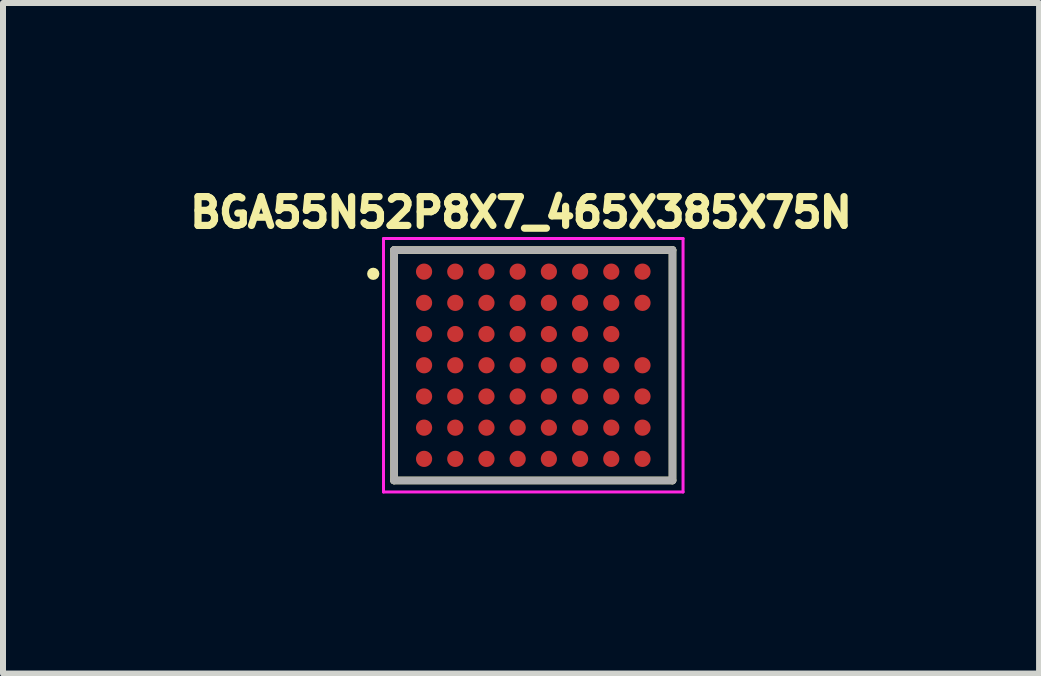
<source format=kicad_pcb>
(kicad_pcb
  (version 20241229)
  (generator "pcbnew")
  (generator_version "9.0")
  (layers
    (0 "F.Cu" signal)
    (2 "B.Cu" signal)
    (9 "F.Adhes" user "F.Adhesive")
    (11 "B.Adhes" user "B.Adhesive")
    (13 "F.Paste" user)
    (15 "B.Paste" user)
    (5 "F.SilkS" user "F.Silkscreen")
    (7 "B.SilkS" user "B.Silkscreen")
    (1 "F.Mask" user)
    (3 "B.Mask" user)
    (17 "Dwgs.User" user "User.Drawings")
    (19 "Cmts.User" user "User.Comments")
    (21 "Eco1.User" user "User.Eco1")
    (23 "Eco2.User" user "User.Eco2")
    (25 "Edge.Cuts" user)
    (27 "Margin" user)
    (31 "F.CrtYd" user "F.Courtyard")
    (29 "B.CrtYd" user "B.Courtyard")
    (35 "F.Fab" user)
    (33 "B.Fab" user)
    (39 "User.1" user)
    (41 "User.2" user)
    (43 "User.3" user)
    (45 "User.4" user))
  (footprint "BGA55N52P8X7_465X385X75N"
    (layer "F.Cu")
    (at 5.837 3.037)
    (property "Reference" "BGA55N52P8X7_465X385X75N" (at -0.204 -2.546 0) (layer "F.SilkS") (effects (font (size 0.48 0.48) (thickness 0.15))))
    (attr smd)
    (fp_line (start -2.32 -1.92) (end 2.32 -1.92) (stroke (width 0.127) (type solid)) (layer "F.SilkS"))
    (fp_line (start -2.32 1.92) (end -2.32 -1.92) (stroke (width 0.127) (type solid)) (layer "F.SilkS"))
    (fp_line (start 2.32 -1.92) (end 2.32 1.92) (stroke (width 0.127) (type solid)) (layer "F.SilkS"))
    (fp_line (start 2.32 1.92) (end -2.32 1.92) (stroke (width 0.127) (type solid)) (layer "F.SilkS"))
    (fp_circle (center -2.667 -1.524) (end -2.616 -1.524) (stroke (width 0.102) (type solid)) (fill no) (layer "F.SilkS"))
    (fp_line (start -2.496 -2.112) (end 2.496 -2.112) (stroke (width 0.05) (type solid)) (layer "F.CrtYd"))
    (fp_line (start -2.496 2.112) (end -2.496 -2.112) (stroke (width 0.05) (type solid)) (layer "F.CrtYd"))
    (fp_line (start 2.496 -2.112) (end 2.496 2.112) (stroke (width 0.05) (type solid)) (layer "F.CrtYd"))
    (fp_line (start 2.496 2.112) (end -2.496 2.112) (stroke (width 0.05) (type solid)) (layer "F.CrtYd"))
    (fp_line (start -2.32 -1.92) (end 2.32 -1.92) (stroke (width 0.127) (type solid)) (layer "F.Fab"))
    (fp_line (start -2.32 1.92) (end -2.32 -1.92) (stroke (width 0.127) (type solid)) (layer "F.Fab"))
    (fp_line (start 2.32 -1.92) (end 2.32 1.92) (stroke (width 0.127) (type solid)) (layer "F.Fab"))
    (fp_line (start 2.32 1.92) (end -2.32 1.92) (stroke (width 0.127) (type solid)) (layer "F.Fab"))
    (pad "A1" smd circle (at -1.82 -1.56) (size 0.27 0.27) (layers "F.Cu" "F.Mask" "F.Paste"))
    (pad "A2" smd circle (at -1.3 -1.56) (size 0.27 0.27) (layers "F.Cu" "F.Mask" "F.Paste"))
    (pad "A3" smd circle (at -0.78 -1.56) (size 0.27 0.27) (layers "F.Cu" "F.Mask" "F.Paste"))
    (pad "A4" smd circle (at -0.26 -1.56) (size 0.27 0.27) (layers "F.Cu" "F.Mask" "F.Paste"))
    (pad "A5" smd circle (at 0.26 -1.56) (size 0.27 0.27) (layers "F.Cu" "F.Mask" "F.Paste"))
    (pad "A6" smd circle (at 0.78 -1.56) (size 0.27 0.27) (layers "F.Cu" "F.Mask" "F.Paste"))
    (pad "A7" smd circle (at 1.3 -1.56) (size 0.27 0.27) (layers "F.Cu" "F.Mask" "F.Paste"))
    (pad "A8" smd circle (at 1.82 -1.56) (size 0.27 0.27) (layers "F.Cu" "F.Mask" "F.Paste"))
    (pad "B1" smd circle (at -1.82 -1.04) (size 0.27 0.27) (layers "F.Cu" "F.Mask" "F.Paste"))
    (pad "B2" smd circle (at -1.3 -1.04) (size 0.27 0.27) (layers "F.Cu" "F.Mask" "F.Paste"))
    (pad "B3" smd circle (at -0.78 -1.04) (size 0.27 0.27) (layers "F.Cu" "F.Mask" "F.Paste"))
    (pad "B4" smd circle (at -0.26 -1.04) (size 0.27 0.27) (layers "F.Cu" "F.Mask" "F.Paste"))
    (pad "B5" smd circle (at 0.26 -1.04) (size 0.27 0.27) (layers "F.Cu" "F.Mask" "F.Paste"))
    (pad "B6" smd circle (at 0.78 -1.04) (size 0.27 0.27) (layers "F.Cu" "F.Mask" "F.Paste"))
    (pad "B7" smd circle (at 1.3 -1.04) (size 0.27 0.27) (layers "F.Cu" "F.Mask" "F.Paste"))
    (pad "B8" smd circle (at 1.82 -1.04) (size 0.27 0.27) (layers "F.Cu" "F.Mask" "F.Paste"))
    (pad "C1" smd circle (at -1.82 -0.52) (size 0.27 0.27) (layers "F.Cu" "F.Mask" "F.Paste"))
    (pad "C2" smd circle (at -1.3 -0.52) (size 0.27 0.27) (layers "F.Cu" "F.Mask" "F.Paste"))
    (pad "C3" smd circle (at -0.78 -0.52) (size 0.27 0.27) (layers "F.Cu" "F.Mask" "F.Paste"))
    (pad "C4" smd circle (at -0.26 -0.52) (size 0.27 0.27) (layers "F.Cu" "F.Mask" "F.Paste"))
    (pad "C5" smd circle (at 0.26 -0.52) (size 0.27 0.27) (layers "F.Cu" "F.Mask" "F.Paste"))
    (pad "C6" smd circle (at 0.78 -0.52) (size 0.27 0.27) (layers "F.Cu" "F.Mask" "F.Paste"))
    (pad "C7" smd circle (at 1.3 -0.52) (size 0.27 0.27) (layers "F.Cu" "F.Mask" "F.Paste"))
    (pad "D1" smd circle (at -1.82 0) (size 0.27 0.27) (layers "F.Cu" "F.Mask" "F.Paste"))
    (pad "D2" smd circle (at -1.3 0) (size 0.27 0.27) (layers "F.Cu" "F.Mask" "F.Paste"))
    (pad "D3" smd circle (at -0.78 0) (size 0.27 0.27) (layers "F.Cu" "F.Mask" "F.Paste"))
    (pad "D4" smd circle (at -0.26 0) (size 0.27 0.27) (layers "F.Cu" "F.Mask" "F.Paste"))
    (pad "D5" smd circle (at 0.26 0) (size 0.27 0.27) (layers "F.Cu" "F.Mask" "F.Paste"))
    (pad "D6" smd circle (at 0.78 0) (size 0.27 0.27) (layers "F.Cu" "F.Mask" "F.Paste"))
    (pad "D7" smd circle (at 1.3 0) (size 0.27 0.27) (layers "F.Cu" "F.Mask" "F.Paste"))
    (pad "D8" smd circle (at 1.82 0) (size 0.27 0.27) (layers "F.Cu" "F.Mask" "F.Paste"))
    (pad "E1" smd circle (at -1.82 0.52) (size 0.27 0.27) (layers "F.Cu" "F.Mask" "F.Paste"))
    (pad "E2" smd circle (at -1.3 0.52) (size 0.27 0.27) (layers "F.Cu" "F.Mask" "F.Paste"))
    (pad "E3" smd circle (at -0.78 0.52) (size 0.27 0.27) (layers "F.Cu" "F.Mask" "F.Paste"))
    (pad "E4" smd circle (at -0.26 0.52) (size 0.27 0.27) (layers "F.Cu" "F.Mask" "F.Paste"))
    (pad "E5" smd circle (at 0.26 0.52) (size 0.27 0.27) (layers "F.Cu" "F.Mask" "F.Paste"))
    (pad "E6" smd circle (at 0.78 0.52) (size 0.27 0.27) (layers "F.Cu" "F.Mask" "F.Paste"))
    (pad "E7" smd circle (at 1.3 0.52) (size 0.27 0.27) (layers "F.Cu" "F.Mask" "F.Paste"))
    (pad "E8" smd circle (at 1.82 0.52) (size 0.27 0.27) (layers "F.Cu" "F.Mask" "F.Paste"))
    (pad "F1" smd circle (at -1.82 1.04) (size 0.27 0.27) (layers "F.Cu" "F.Mask" "F.Paste"))
    (pad "F2" smd circle (at -1.3 1.04) (size 0.27 0.27) (layers "F.Cu" "F.Mask" "F.Paste"))
    (pad "F3" smd circle (at -0.78 1.04) (size 0.27 0.27) (layers "F.Cu" "F.Mask" "F.Paste"))
    (pad "F4" smd circle (at -0.26 1.04) (size 0.27 0.27) (layers "F.Cu" "F.Mask" "F.Paste"))
    (pad "F5" smd circle (at 0.26 1.04) (size 0.27 0.27) (layers "F.Cu" "F.Mask" "F.Paste"))
    (pad "F6" smd circle (at 0.78 1.04) (size 0.27 0.27) (layers "F.Cu" "F.Mask" "F.Paste"))
    (pad "F7" smd circle (at 1.3 1.04) (size 0.27 0.27) (layers "F.Cu" "F.Mask" "F.Paste"))
    (pad "F8" smd circle (at 1.82 1.04) (size 0.27 0.27) (layers "F.Cu" "F.Mask" "F.Paste"))
    (pad "G1" smd circle (at -1.82 1.56) (size 0.27 0.27) (layers "F.Cu" "F.Mask" "F.Paste"))
    (pad "G2" smd circle (at -1.3 1.56) (size 0.27 0.27) (layers "F.Cu" "F.Mask" "F.Paste"))
    (pad "G3" smd circle (at -0.78 1.56) (size 0.27 0.27) (layers "F.Cu" "F.Mask" "F.Paste"))
    (pad "G4" smd circle (at -0.26 1.56) (size 0.27 0.27) (layers "F.Cu" "F.Mask" "F.Paste"))
    (pad "G5" smd circle (at 0.26 1.56) (size 0.27 0.27) (layers "F.Cu" "F.Mask" "F.Paste"))
    (pad "G6" smd circle (at 0.78 1.56) (size 0.27 0.27) (layers "F.Cu" "F.Mask" "F.Paste"))
    (pad "G7" smd circle (at 1.3 1.56) (size 0.27 0.27) (layers "F.Cu" "F.Mask" "F.Paste"))
    (pad "G8" smd circle (at 1.82 1.56) (size 0.27 0.27) (layers "F.Cu" "F.Mask" "F.Paste")))
  (gr_rect
    (start -3 -3)
    (end 14.266 8.174)
    (stroke (width 0.1) (type default))
    (fill no)
    (layer "Edge.Cuts")))
</source>
